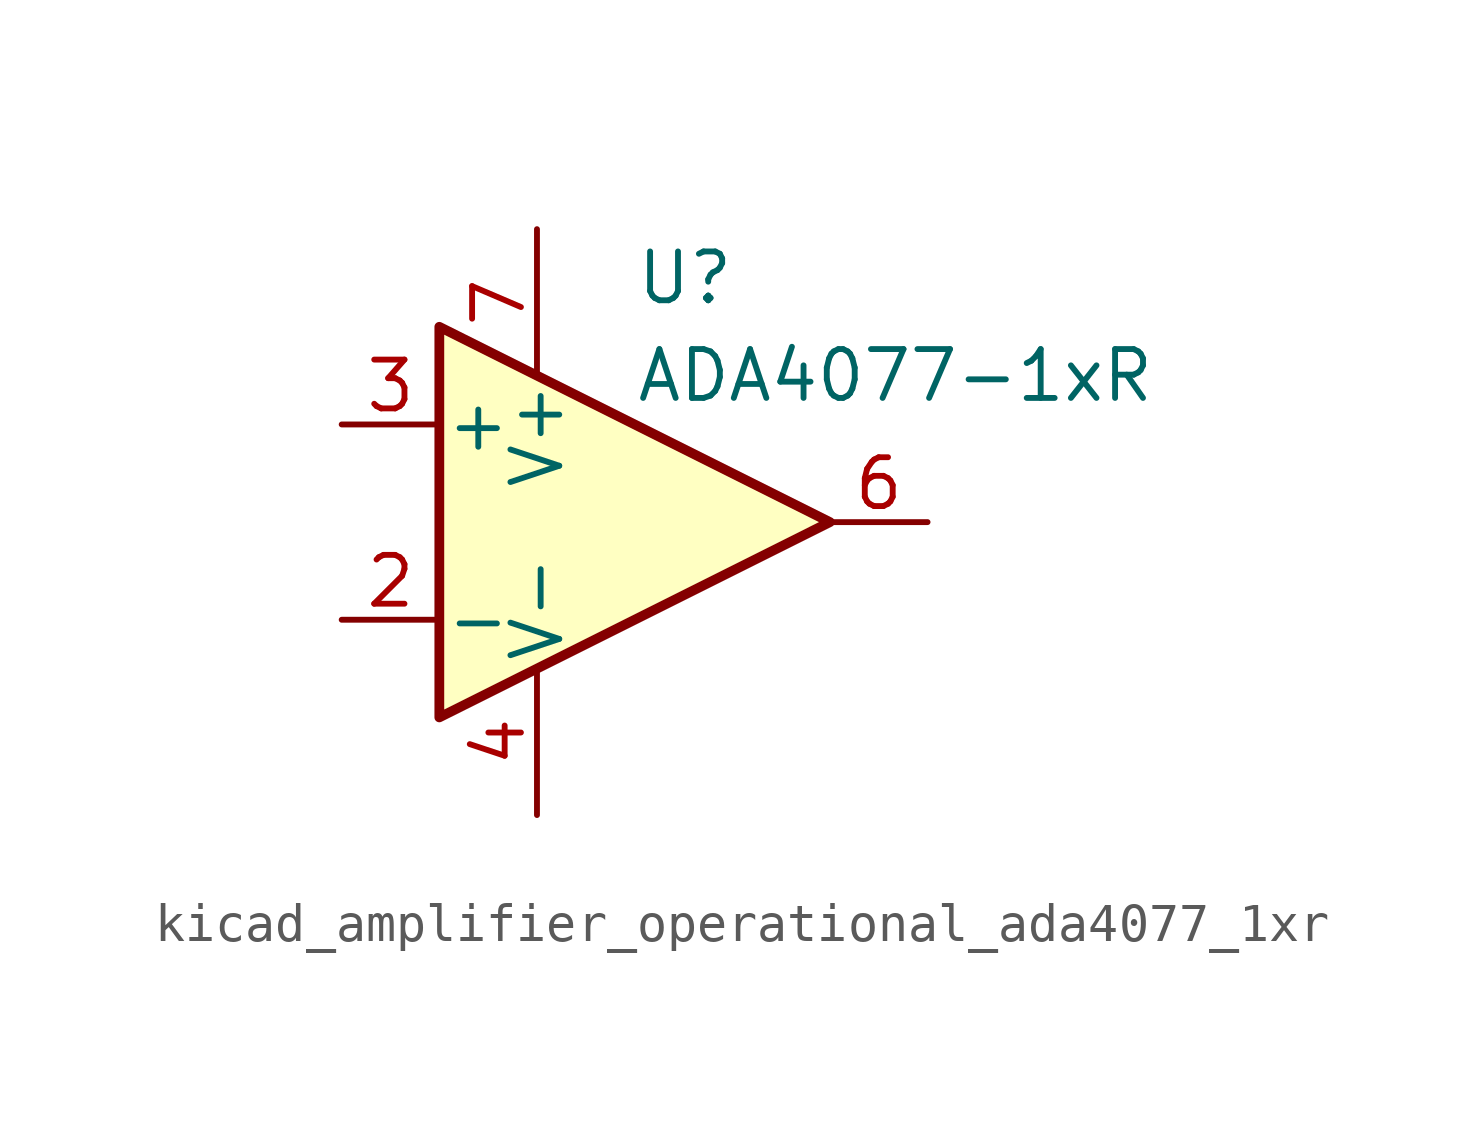
<source format=kicad_sym>
(kicad_symbol_lib
  (version 20220914)
  (generator kicad_symbol_editor)
  (symbol "kicad_amplifier_operational_ada4077_1xr"
    (pin_names
      (offset 0.127))
    (property "Reference" "U"
      (at 0 6.35 0)
      (effects (font (size 1.27 1.27)) (justify left)))
    (property "Value" "ADA4077-1xR"
      (at 0 3.81 0)
      (effects (font (size 1.27 1.27)) (justify left)))
    (symbol "kicad_amplifier_operational_ada4077_1xr_0_1"
      (polyline (pts (xy -5.08 5.08) (xy 5.08 0) (xy -5.08 -5.08) (xy -5.08 5.08)) (stroke (width 0.254) (type default)) (fill (type background))))
    (symbol "kicad_amplifier_operational_ada4077_1xr_1_1"
      (pin no_connect line (at -2.54 2.54 270) (length 2.54) hide (name "NC" (effects (font (size 1.27 1.27)))) (number "1" (effects (font (size 1.27 1.27)))))
      (pin input line (at -7.62 -2.54 0) (length 2.54) (name "-" (effects (font (size 1.27 1.27)))) (number "2" (effects (font (size 1.27 1.27)))))
      (pin input line (at -7.62 2.54 0) (length 2.54) (name "+" (effects (font (size 1.27 1.27)))) (number "3" (effects (font (size 1.27 1.27)))))
      (pin power_in line (at -2.54 -7.62 90) (length 3.81) (name "V-" (effects (font (size 1.27 1.27)))) (number "4" (effects (font (size 1.27 1.27)))))
      (pin no_connect line (at 0 2.54 270) (length 2.54) hide (name "NC" (effects (font (size 1.27 1.27)))) (number "5" (effects (font (size 1.27 1.27)))))
      (pin output line (at 7.62 0 180) (length 2.54) (name "~" (effects (font (size 1.27 1.27)))) (number "6" (effects (font (size 1.27 1.27)))))
      (pin power_in line (at -2.54 7.62 270) (length 3.81) (name "V+" (effects (font (size 1.27 1.27)))) (number "7" (effects (font (size 1.27 1.27)))))
      (pin no_connect line (at 0 -2.54 90) (length 2.54) hide (name "NC" (effects (font (size 1.27 1.27)))) (number "8" (effects (font (size 1.27 1.27))))))))
</source>
